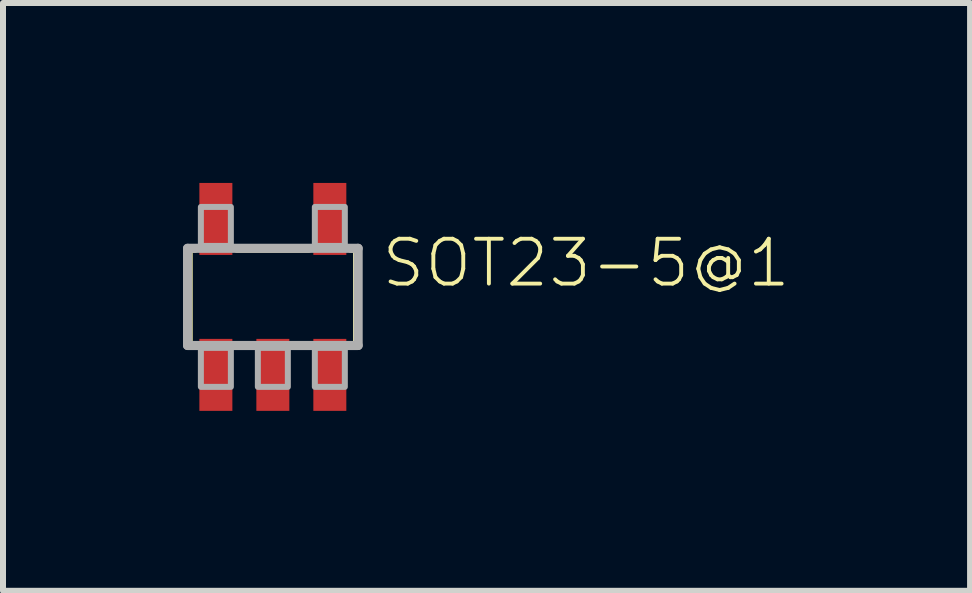
<source format=kicad_pcb>
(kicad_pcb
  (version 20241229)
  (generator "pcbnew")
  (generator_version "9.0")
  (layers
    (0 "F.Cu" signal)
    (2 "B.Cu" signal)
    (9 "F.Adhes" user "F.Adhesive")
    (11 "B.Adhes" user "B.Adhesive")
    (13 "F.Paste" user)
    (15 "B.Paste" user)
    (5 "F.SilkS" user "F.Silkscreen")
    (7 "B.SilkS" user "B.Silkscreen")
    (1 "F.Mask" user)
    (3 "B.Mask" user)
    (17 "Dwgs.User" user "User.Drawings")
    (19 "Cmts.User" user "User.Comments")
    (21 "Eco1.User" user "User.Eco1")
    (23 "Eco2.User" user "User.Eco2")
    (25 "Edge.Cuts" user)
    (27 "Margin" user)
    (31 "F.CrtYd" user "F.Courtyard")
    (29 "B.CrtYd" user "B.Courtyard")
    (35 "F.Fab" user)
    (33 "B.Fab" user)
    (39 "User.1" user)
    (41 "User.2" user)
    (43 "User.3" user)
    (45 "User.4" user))
  (footprint "SOT23-5@1"
    (layer "F.Cu")
    (at 1.499 1.9)
    (property "Reference" "SOT23-5@1" (at 1.778 -0.127 0) (layer "F.SilkS") (effects (font (size 0.748 0.748) (thickness 0.065)) (justify left bottom)))
    (fp_line (start -1.4 -0.8) (end -1.4 0.8) (stroke (width 0.127) (type solid)) (layer "F.SilkS"))
    (fp_line (start -1.4 0.8) (end -1.3 0.8) (stroke (width 0.127) (type solid)) (layer "F.SilkS"))
    (fp_line (start -1.3 -0.8) (end -1.4 -0.8) (stroke (width 0.127) (type solid)) (layer "F.SilkS"))
    (fp_line (start -0.6 -0.8) (end 0.6 -0.8) (stroke (width 0.127) (type solid)) (layer "F.SilkS"))
    (fp_line (start -0.6 0.8) (end -0.4 0.8) (stroke (width 0.127) (type solid)) (layer "F.SilkS"))
    (fp_line (start 0.4 0.8) (end 0.6 0.8) (stroke (width 0.127) (type solid)) (layer "F.SilkS"))
    (fp_line (start 1.3 -0.8) (end 1.4 -0.8) (stroke (width 0.127) (type solid)) (layer "F.SilkS"))
    (fp_line (start 1.4 -0.8) (end 1.4 0.8) (stroke (width 0.127) (type solid)) (layer "F.SilkS"))
    (fp_line (start 1.4 0.8) (end 1.3 0.8) (stroke (width 0.127) (type solid)) (layer "F.SilkS"))
    (fp_line (start -1.422 -0.81) (end 1.422 -0.81) (stroke (width 0.152) (type solid)) (layer "F.Fab"))
    (fp_line (start -1.422 0.81) (end -1.422 -0.81) (stroke (width 0.152) (type solid)) (layer "F.Fab"))
    (fp_line (start 1.422 -0.81) (end 1.422 0.81) (stroke (width 0.152) (type solid)) (layer "F.Fab"))
    (fp_line (start 1.422 0.81) (end -1.422 0.81) (stroke (width 0.152) (type solid)) (layer "F.Fab"))
    (fp_poly (pts (xy -1.2 -0.85) (xy -0.7 -0.85) (xy -0.7 -1.5) (xy -1.2 -1.5)) (stroke (width 0.1) (type solid)) (fill no) (layer "F.Fab"))
    (fp_poly (pts (xy -1.2 1.5) (xy -0.7 1.5) (xy -0.7 0.85) (xy -1.2 0.85)) (stroke (width 0.1) (type solid)) (fill no) (layer "F.Fab"))
    (fp_poly (pts (xy -0.25 1.5) (xy 0.25 1.5) (xy 0.25 0.85) (xy -0.25 0.85)) (stroke (width 0.1) (type solid)) (fill no) (layer "F.Fab"))
    (fp_poly (pts (xy 0.7 -0.85) (xy 1.2 -0.85) (xy 1.2 -1.5) (xy 0.7 -1.5)) (stroke (width 0.1) (type solid)) (fill no) (layer "F.Fab"))
    (fp_poly (pts (xy 0.7 1.5) (xy 1.2 1.5) (xy 1.2 0.85) (xy 0.7 0.85)) (stroke (width 0.1) (type solid)) (fill no) (layer "F.Fab"))
    (pad "1" smd rect (at -0.95 1.3) (size 0.55 1.2) (layers "F.Cu" "F.Mask" "F.Paste"))
    (pad "2" smd rect (at 0 1.3) (size 0.55 1.2) (layers "F.Cu" "F.Mask" "F.Paste"))
    (pad "3" smd rect (at 0.95 1.3) (size 0.55 1.2) (layers "F.Cu" "F.Mask" "F.Paste"))
    (pad "4" smd rect (at 0.95 -1.3) (size 0.55 1.2) (layers "F.Cu" "F.Mask" "F.Paste"))
    (pad "5" smd rect (at -0.95 -1.3) (size 0.55 1.2) (layers "F.Cu" "F.Mask" "F.Paste")))
  (gr_rect
    (start -3 -3)
    (end 13.123 6.8)
    (stroke (width 0.1) (type default))
    (fill no)
    (layer "Edge.Cuts")))
</source>
